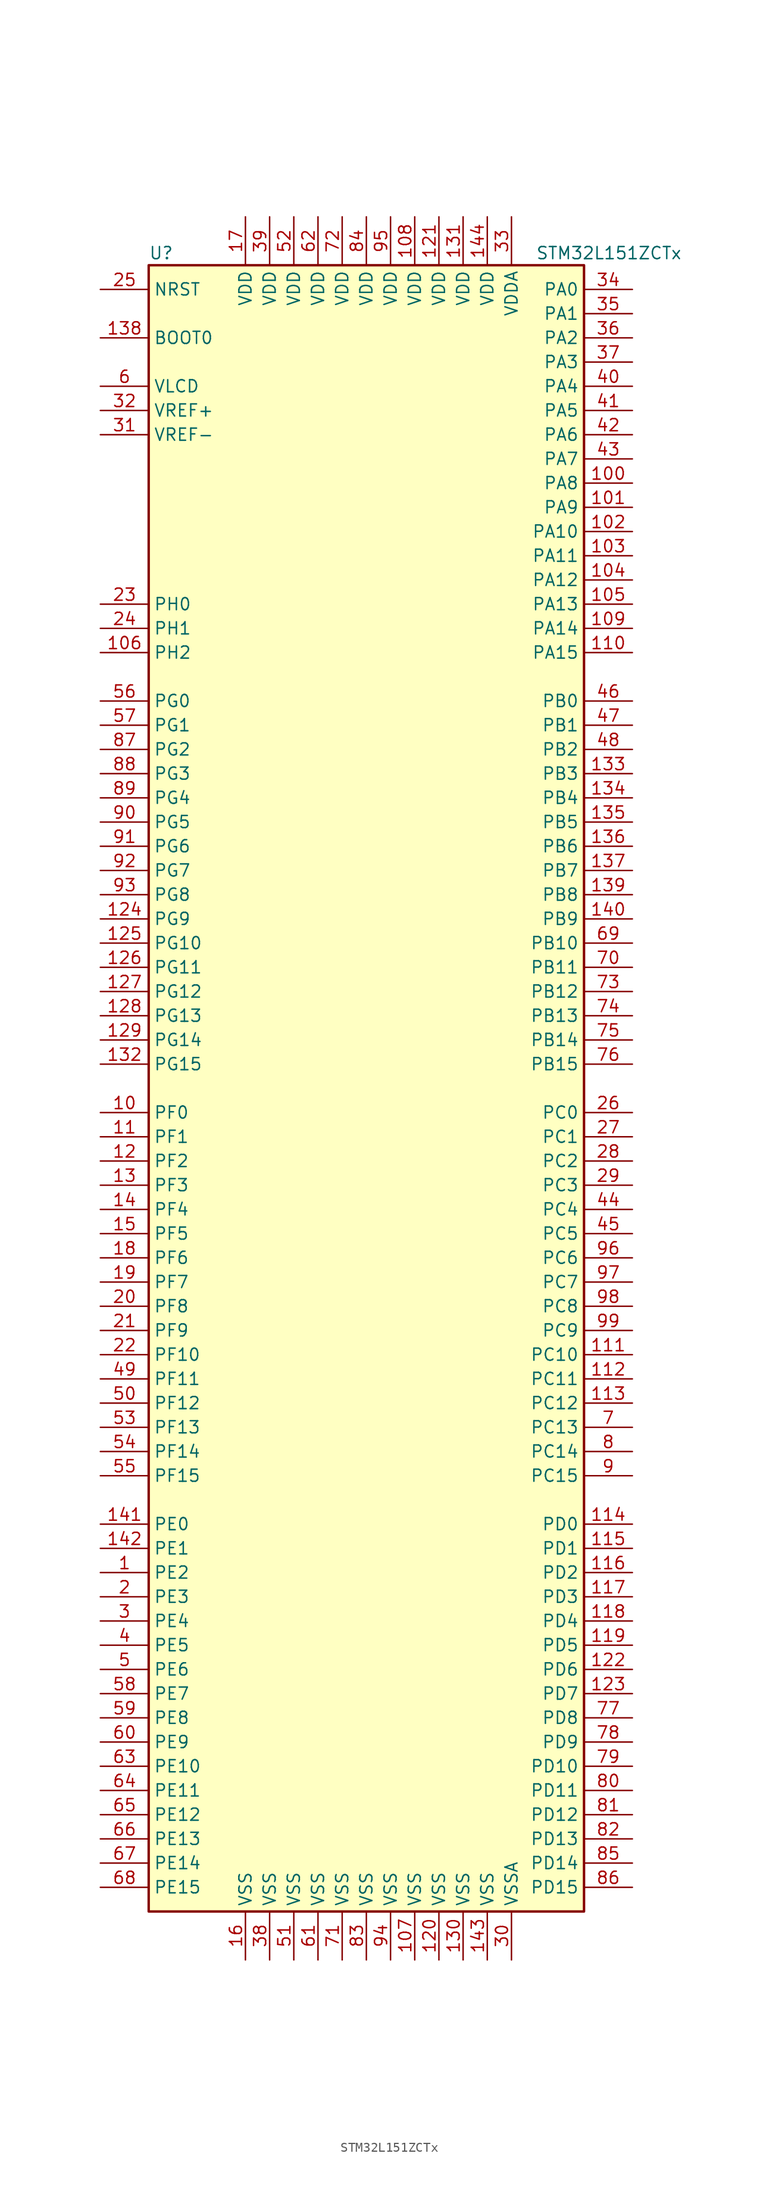
<source format=kicad_sym>
(kicad_symbol_lib
  (version 20211014)
  (generator kicad_symbol_editor)
  (symbol "STM32L151ZCTx"
    (property "Reference" "U"
      (at -22.86 87.63 0)
      (effects (font (size 1.27 1.27)) (justify left)))
    (property "Value" "STM32L151ZCTx"
      (at 17.78 87.63 0)
      (effects (font (size 1.27 1.27)) (justify left)))
    (symbol "STM32L151ZCTx_0_1"
      (rectangle (start -22.86 -86.36) (end 22.86 86.36) (stroke (width 0.254) (type default) (color 0 0 0 0)) (fill (type background))))
    (symbol "STM32L151ZCTx_1_1"
      (pin bidirectional line (at -27.94 -50.8 0) (length 5.08) (name "PE2" (effects (font (size 1.27 1.27)))) (number "1" (effects (font (size 1.27 1.27)))))
      (pin bidirectional line (at -27.94 -2.54 0) (length 5.08) (name "PF0" (effects (font (size 1.27 1.27)))) (number "10" (effects (font (size 1.27 1.27)))))
      (pin bidirectional line (at 27.94 63.5 180) (length 5.08) (name "PA8" (effects (font (size 1.27 1.27)))) (number "100" (effects (font (size 1.27 1.27)))))
      (pin bidirectional line (at 27.94 60.96 180) (length 5.08) (name "PA9" (effects (font (size 1.27 1.27)))) (number "101" (effects (font (size 1.27 1.27)))))
      (pin bidirectional line (at 27.94 58.42 180) (length 5.08) (name "PA10" (effects (font (size 1.27 1.27)))) (number "102" (effects (font (size 1.27 1.27)))))
      (pin bidirectional line (at 27.94 55.88 180) (length 5.08) (name "PA11" (effects (font (size 1.27 1.27)))) (number "103" (effects (font (size 1.27 1.27)))))
      (pin bidirectional line (at 27.94 53.34 180) (length 5.08) (name "PA12" (effects (font (size 1.27 1.27)))) (number "104" (effects (font (size 1.27 1.27)))))
      (pin bidirectional line (at 27.94 50.8 180) (length 5.08) (name "PA13" (effects (font (size 1.27 1.27)))) (number "105" (effects (font (size 1.27 1.27)))))
      (pin bidirectional line (at -27.94 45.72 0) (length 5.08) (name "PH2" (effects (font (size 1.27 1.27)))) (number "106" (effects (font (size 1.27 1.27)))))
      (pin power_in line (at 5.08 -91.44 90) (length 5.08) (name "VSS" (effects (font (size 1.27 1.27)))) (number "107" (effects (font (size 1.27 1.27)))))
      (pin power_in line (at 5.08 91.44 270) (length 5.08) (name "VDD" (effects (font (size 1.27 1.27)))) (number "108" (effects (font (size 1.27 1.27)))))
      (pin bidirectional line (at 27.94 48.26 180) (length 5.08) (name "PA14" (effects (font (size 1.27 1.27)))) (number "109" (effects (font (size 1.27 1.27)))))
      (pin bidirectional line (at -27.94 -5.08 0) (length 5.08) (name "PF1" (effects (font (size 1.27 1.27)))) (number "11" (effects (font (size 1.27 1.27)))))
      (pin bidirectional line (at 27.94 45.72 180) (length 5.08) (name "PA15" (effects (font (size 1.27 1.27)))) (number "110" (effects (font (size 1.27 1.27)))))
      (pin bidirectional line (at 27.94 -27.94 180) (length 5.08) (name "PC10" (effects (font (size 1.27 1.27)))) (number "111" (effects (font (size 1.27 1.27)))))
      (pin bidirectional line (at 27.94 -30.48 180) (length 5.08) (name "PC11" (effects (font (size 1.27 1.27)))) (number "112" (effects (font (size 1.27 1.27)))))
      (pin bidirectional line (at 27.94 -33.02 180) (length 5.08) (name "PC12" (effects (font (size 1.27 1.27)))) (number "113" (effects (font (size 1.27 1.27)))))
      (pin bidirectional line (at 27.94 -45.72 180) (length 5.08) (name "PD0" (effects (font (size 1.27 1.27)))) (number "114" (effects (font (size 1.27 1.27)))))
      (pin bidirectional line (at 27.94 -48.26 180) (length 5.08) (name "PD1" (effects (font (size 1.27 1.27)))) (number "115" (effects (font (size 1.27 1.27)))))
      (pin bidirectional line (at 27.94 -50.8 180) (length 5.08) (name "PD2" (effects (font (size 1.27 1.27)))) (number "116" (effects (font (size 1.27 1.27)))))
      (pin bidirectional line (at 27.94 -53.34 180) (length 5.08) (name "PD3" (effects (font (size 1.27 1.27)))) (number "117" (effects (font (size 1.27 1.27)))))
      (pin bidirectional line (at 27.94 -55.88 180) (length 5.08) (name "PD4" (effects (font (size 1.27 1.27)))) (number "118" (effects (font (size 1.27 1.27)))))
      (pin bidirectional line (at 27.94 -58.42 180) (length 5.08) (name "PD5" (effects (font (size 1.27 1.27)))) (number "119" (effects (font (size 1.27 1.27)))))
      (pin bidirectional line (at -27.94 -7.62 0) (length 5.08) (name "PF2" (effects (font (size 1.27 1.27)))) (number "12" (effects (font (size 1.27 1.27)))))
      (pin power_in line (at 7.62 -91.44 90) (length 5.08) (name "VSS" (effects (font (size 1.27 1.27)))) (number "120" (effects (font (size 1.27 1.27)))))
      (pin power_in line (at 7.62 91.44 270) (length 5.08) (name "VDD" (effects (font (size 1.27 1.27)))) (number "121" (effects (font (size 1.27 1.27)))))
      (pin bidirectional line (at 27.94 -60.96 180) (length 5.08) (name "PD6" (effects (font (size 1.27 1.27)))) (number "122" (effects (font (size 1.27 1.27)))))
      (pin bidirectional line (at 27.94 -63.5 180) (length 5.08) (name "PD7" (effects (font (size 1.27 1.27)))) (number "123" (effects (font (size 1.27 1.27)))))
      (pin bidirectional line (at -27.94 17.78 0) (length 5.08) (name "PG9" (effects (font (size 1.27 1.27)))) (number "124" (effects (font (size 1.27 1.27)))))
      (pin bidirectional line (at -27.94 15.24 0) (length 5.08) (name "PG10" (effects (font (size 1.27 1.27)))) (number "125" (effects (font (size 1.27 1.27)))))
      (pin bidirectional line (at -27.94 12.7 0) (length 5.08) (name "PG11" (effects (font (size 1.27 1.27)))) (number "126" (effects (font (size 1.27 1.27)))))
      (pin bidirectional line (at -27.94 10.16 0) (length 5.08) (name "PG12" (effects (font (size 1.27 1.27)))) (number "127" (effects (font (size 1.27 1.27)))))
      (pin bidirectional line (at -27.94 7.62 0) (length 5.08) (name "PG13" (effects (font (size 1.27 1.27)))) (number "128" (effects (font (size 1.27 1.27)))))
      (pin bidirectional line (at -27.94 5.08 0) (length 5.08) (name "PG14" (effects (font (size 1.27 1.27)))) (number "129" (effects (font (size 1.27 1.27)))))
      (pin bidirectional line (at -27.94 -10.16 0) (length 5.08) (name "PF3" (effects (font (size 1.27 1.27)))) (number "13" (effects (font (size 1.27 1.27)))))
      (pin power_in line (at 10.16 -91.44 90) (length 5.08) (name "VSS" (effects (font (size 1.27 1.27)))) (number "130" (effects (font (size 1.27 1.27)))))
      (pin power_in line (at 10.16 91.44 270) (length 5.08) (name "VDD" (effects (font (size 1.27 1.27)))) (number "131" (effects (font (size 1.27 1.27)))))
      (pin bidirectional line (at -27.94 2.54 0) (length 5.08) (name "PG15" (effects (font (size 1.27 1.27)))) (number "132" (effects (font (size 1.27 1.27)))))
      (pin bidirectional line (at 27.94 33.02 180) (length 5.08) (name "PB3" (effects (font (size 1.27 1.27)))) (number "133" (effects (font (size 1.27 1.27)))))
      (pin bidirectional line (at 27.94 30.48 180) (length 5.08) (name "PB4" (effects (font (size 1.27 1.27)))) (number "134" (effects (font (size 1.27 1.27)))))
      (pin bidirectional line (at 27.94 27.94 180) (length 5.08) (name "PB5" (effects (font (size 1.27 1.27)))) (number "135" (effects (font (size 1.27 1.27)))))
      (pin bidirectional line (at 27.94 25.4 180) (length 5.08) (name "PB6" (effects (font (size 1.27 1.27)))) (number "136" (effects (font (size 1.27 1.27)))))
      (pin bidirectional line (at 27.94 22.86 180) (length 5.08) (name "PB7" (effects (font (size 1.27 1.27)))) (number "137" (effects (font (size 1.27 1.27)))))
      (pin input line (at -27.94 78.74 0) (length 5.08) (name "BOOT0" (effects (font (size 1.27 1.27)))) (number "138" (effects (font (size 1.27 1.27)))))
      (pin bidirectional line (at 27.94 20.32 180) (length 5.08) (name "PB8" (effects (font (size 1.27 1.27)))) (number "139" (effects (font (size 1.27 1.27)))))
      (pin bidirectional line (at -27.94 -12.7 0) (length 5.08) (name "PF4" (effects (font (size 1.27 1.27)))) (number "14" (effects (font (size 1.27 1.27)))))
      (pin bidirectional line (at 27.94 17.78 180) (length 5.08) (name "PB9" (effects (font (size 1.27 1.27)))) (number "140" (effects (font (size 1.27 1.27)))))
      (pin bidirectional line (at -27.94 -45.72 0) (length 5.08) (name "PE0" (effects (font (size 1.27 1.27)))) (number "141" (effects (font (size 1.27 1.27)))))
      (pin bidirectional line (at -27.94 -48.26 0) (length 5.08) (name "PE1" (effects (font (size 1.27 1.27)))) (number "142" (effects (font (size 1.27 1.27)))))
      (pin power_in line (at 12.7 -91.44 90) (length 5.08) (name "VSS" (effects (font (size 1.27 1.27)))) (number "143" (effects (font (size 1.27 1.27)))))
      (pin power_in line (at 12.7 91.44 270) (length 5.08) (name "VDD" (effects (font (size 1.27 1.27)))) (number "144" (effects (font (size 1.27 1.27)))))
      (pin bidirectional line (at -27.94 -15.24 0) (length 5.08) (name "PF5" (effects (font (size 1.27 1.27)))) (number "15" (effects (font (size 1.27 1.27)))))
      (pin power_in line (at -12.7 -91.44 90) (length 5.08) (name "VSS" (effects (font (size 1.27 1.27)))) (number "16" (effects (font (size 1.27 1.27)))))
      (pin power_in line (at -12.7 91.44 270) (length 5.08) (name "VDD" (effects (font (size 1.27 1.27)))) (number "17" (effects (font (size 1.27 1.27)))))
      (pin bidirectional line (at -27.94 -17.78 0) (length 5.08) (name "PF6" (effects (font (size 1.27 1.27)))) (number "18" (effects (font (size 1.27 1.27)))))
      (pin bidirectional line (at -27.94 -20.32 0) (length 5.08) (name "PF7" (effects (font (size 1.27 1.27)))) (number "19" (effects (font (size 1.27 1.27)))))
      (pin bidirectional line (at -27.94 -53.34 0) (length 5.08) (name "PE3" (effects (font (size 1.27 1.27)))) (number "2" (effects (font (size 1.27 1.27)))))
      (pin bidirectional line (at -27.94 -22.86 0) (length 5.08) (name "PF8" (effects (font (size 1.27 1.27)))) (number "20" (effects (font (size 1.27 1.27)))))
      (pin bidirectional line (at -27.94 -25.4 0) (length 5.08) (name "PF9" (effects (font (size 1.27 1.27)))) (number "21" (effects (font (size 1.27 1.27)))))
      (pin bidirectional line (at -27.94 -27.94 0) (length 5.08) (name "PF10" (effects (font (size 1.27 1.27)))) (number "22" (effects (font (size 1.27 1.27)))))
      (pin input line (at -27.94 50.8 0) (length 5.08) (name "PH0" (effects (font (size 1.27 1.27)))) (number "23" (effects (font (size 1.27 1.27)))))
      (pin input line (at -27.94 48.26 0) (length 5.08) (name "PH1" (effects (font (size 1.27 1.27)))) (number "24" (effects (font (size 1.27 1.27)))))
      (pin input line (at -27.94 83.82 0) (length 5.08) (name "NRST" (effects (font (size 1.27 1.27)))) (number "25" (effects (font (size 1.27 1.27)))))
      (pin bidirectional line (at 27.94 -2.54 180) (length 5.08) (name "PC0" (effects (font (size 1.27 1.27)))) (number "26" (effects (font (size 1.27 1.27)))))
      (pin bidirectional line (at 27.94 -5.08 180) (length 5.08) (name "PC1" (effects (font (size 1.27 1.27)))) (number "27" (effects (font (size 1.27 1.27)))))
      (pin bidirectional line (at 27.94 -7.62 180) (length 5.08) (name "PC2" (effects (font (size 1.27 1.27)))) (number "28" (effects (font (size 1.27 1.27)))))
      (pin bidirectional line (at 27.94 -10.16 180) (length 5.08) (name "PC3" (effects (font (size 1.27 1.27)))) (number "29" (effects (font (size 1.27 1.27)))))
      (pin bidirectional line (at -27.94 -55.88 0) (length 5.08) (name "PE4" (effects (font (size 1.27 1.27)))) (number "3" (effects (font (size 1.27 1.27)))))
      (pin power_in line (at 15.24 -91.44 90) (length 5.08) (name "VSSA" (effects (font (size 1.27 1.27)))) (number "30" (effects (font (size 1.27 1.27)))))
      (pin power_in line (at -27.94 68.58 0) (length 5.08) (name "VREF-" (effects (font (size 1.27 1.27)))) (number "31" (effects (font (size 1.27 1.27)))))
      (pin power_in line (at -27.94 71.12 0) (length 5.08) (name "VREF+" (effects (font (size 1.27 1.27)))) (number "32" (effects (font (size 1.27 1.27)))))
      (pin power_in line (at 15.24 91.44 270) (length 5.08) (name "VDDA" (effects (font (size 1.27 1.27)))) (number "33" (effects (font (size 1.27 1.27)))))
      (pin bidirectional line (at 27.94 83.82 180) (length 5.08) (name "PA0" (effects (font (size 1.27 1.27)))) (number "34" (effects (font (size 1.27 1.27)))))
      (pin bidirectional line (at 27.94 81.28 180) (length 5.08) (name "PA1" (effects (font (size 1.27 1.27)))) (number "35" (effects (font (size 1.27 1.27)))))
      (pin bidirectional line (at 27.94 78.74 180) (length 5.08) (name "PA2" (effects (font (size 1.27 1.27)))) (number "36" (effects (font (size 1.27 1.27)))))
      (pin bidirectional line (at 27.94 76.2 180) (length 5.08) (name "PA3" (effects (font (size 1.27 1.27)))) (number "37" (effects (font (size 1.27 1.27)))))
      (pin power_in line (at -10.16 -91.44 90) (length 5.08) (name "VSS" (effects (font (size 1.27 1.27)))) (number "38" (effects (font (size 1.27 1.27)))))
      (pin power_in line (at -10.16 91.44 270) (length 5.08) (name "VDD" (effects (font (size 1.27 1.27)))) (number "39" (effects (font (size 1.27 1.27)))))
      (pin bidirectional line (at -27.94 -58.42 0) (length 5.08) (name "PE5" (effects (font (size 1.27 1.27)))) (number "4" (effects (font (size 1.27 1.27)))))
      (pin bidirectional line (at 27.94 73.66 180) (length 5.08) (name "PA4" (effects (font (size 1.27 1.27)))) (number "40" (effects (font (size 1.27 1.27)))))
      (pin bidirectional line (at 27.94 71.12 180) (length 5.08) (name "PA5" (effects (font (size 1.27 1.27)))) (number "41" (effects (font (size 1.27 1.27)))))
      (pin bidirectional line (at 27.94 68.58 180) (length 5.08) (name "PA6" (effects (font (size 1.27 1.27)))) (number "42" (effects (font (size 1.27 1.27)))))
      (pin bidirectional line (at 27.94 66.04 180) (length 5.08) (name "PA7" (effects (font (size 1.27 1.27)))) (number "43" (effects (font (size 1.27 1.27)))))
      (pin bidirectional line (at 27.94 -12.7 180) (length 5.08) (name "PC4" (effects (font (size 1.27 1.27)))) (number "44" (effects (font (size 1.27 1.27)))))
      (pin bidirectional line (at 27.94 -15.24 180) (length 5.08) (name "PC5" (effects (font (size 1.27 1.27)))) (number "45" (effects (font (size 1.27 1.27)))))
      (pin bidirectional line (at 27.94 40.64 180) (length 5.08) (name "PB0" (effects (font (size 1.27 1.27)))) (number "46" (effects (font (size 1.27 1.27)))))
      (pin bidirectional line (at 27.94 38.1 180) (length 5.08) (name "PB1" (effects (font (size 1.27 1.27)))) (number "47" (effects (font (size 1.27 1.27)))))
      (pin bidirectional line (at 27.94 35.56 180) (length 5.08) (name "PB2" (effects (font (size 1.27 1.27)))) (number "48" (effects (font (size 1.27 1.27)))))
      (pin bidirectional line (at -27.94 -30.48 0) (length 5.08) (name "PF11" (effects (font (size 1.27 1.27)))) (number "49" (effects (font (size 1.27 1.27)))))
      (pin bidirectional line (at -27.94 -60.96 0) (length 5.08) (name "PE6" (effects (font (size 1.27 1.27)))) (number "5" (effects (font (size 1.27 1.27)))))
      (pin bidirectional line (at -27.94 -33.02 0) (length 5.08) (name "PF12" (effects (font (size 1.27 1.27)))) (number "50" (effects (font (size 1.27 1.27)))))
      (pin power_in line (at -7.62 -91.44 90) (length 5.08) (name "VSS" (effects (font (size 1.27 1.27)))) (number "51" (effects (font (size 1.27 1.27)))))
      (pin power_in line (at -7.62 91.44 270) (length 5.08) (name "VDD" (effects (font (size 1.27 1.27)))) (number "52" (effects (font (size 1.27 1.27)))))
      (pin bidirectional line (at -27.94 -35.56 0) (length 5.08) (name "PF13" (effects (font (size 1.27 1.27)))) (number "53" (effects (font (size 1.27 1.27)))))
      (pin bidirectional line (at -27.94 -38.1 0) (length 5.08) (name "PF14" (effects (font (size 1.27 1.27)))) (number "54" (effects (font (size 1.27 1.27)))))
      (pin bidirectional line (at -27.94 -40.64 0) (length 5.08) (name "PF15" (effects (font (size 1.27 1.27)))) (number "55" (effects (font (size 1.27 1.27)))))
      (pin bidirectional line (at -27.94 40.64 0) (length 5.08) (name "PG0" (effects (font (size 1.27 1.27)))) (number "56" (effects (font (size 1.27 1.27)))))
      (pin bidirectional line (at -27.94 38.1 0) (length 5.08) (name "PG1" (effects (font (size 1.27 1.27)))) (number "57" (effects (font (size 1.27 1.27)))))
      (pin bidirectional line (at -27.94 -63.5 0) (length 5.08) (name "PE7" (effects (font (size 1.27 1.27)))) (number "58" (effects (font (size 1.27 1.27)))))
      (pin bidirectional line (at -27.94 -66.04 0) (length 5.08) (name "PE8" (effects (font (size 1.27 1.27)))) (number "59" (effects (font (size 1.27 1.27)))))
      (pin power_in line (at -27.94 73.66 0) (length 5.08) (name "VLCD" (effects (font (size 1.27 1.27)))) (number "6" (effects (font (size 1.27 1.27)))))
      (pin bidirectional line (at -27.94 -68.58 0) (length 5.08) (name "PE9" (effects (font (size 1.27 1.27)))) (number "60" (effects (font (size 1.27 1.27)))))
      (pin power_in line (at -5.08 -91.44 90) (length 5.08) (name "VSS" (effects (font (size 1.27 1.27)))) (number "61" (effects (font (size 1.27 1.27)))))
      (pin power_in line (at -5.08 91.44 270) (length 5.08) (name "VDD" (effects (font (size 1.27 1.27)))) (number "62" (effects (font (size 1.27 1.27)))))
      (pin bidirectional line (at -27.94 -71.12 0) (length 5.08) (name "PE10" (effects (font (size 1.27 1.27)))) (number "63" (effects (font (size 1.27 1.27)))))
      (pin bidirectional line (at -27.94 -73.66 0) (length 5.08) (name "PE11" (effects (font (size 1.27 1.27)))) (number "64" (effects (font (size 1.27 1.27)))))
      (pin bidirectional line (at -27.94 -76.2 0) (length 5.08) (name "PE12" (effects (font (size 1.27 1.27)))) (number "65" (effects (font (size 1.27 1.27)))))
      (pin bidirectional line (at -27.94 -78.74 0) (length 5.08) (name "PE13" (effects (font (size 1.27 1.27)))) (number "66" (effects (font (size 1.27 1.27)))))
      (pin bidirectional line (at -27.94 -81.28 0) (length 5.08) (name "PE14" (effects (font (size 1.27 1.27)))) (number "67" (effects (font (size 1.27 1.27)))))
      (pin bidirectional line (at -27.94 -83.82 0) (length 5.08) (name "PE15" (effects (font (size 1.27 1.27)))) (number "68" (effects (font (size 1.27 1.27)))))
      (pin bidirectional line (at 27.94 15.24 180) (length 5.08) (name "PB10" (effects (font (size 1.27 1.27)))) (number "69" (effects (font (size 1.27 1.27)))))
      (pin bidirectional line (at 27.94 -35.56 180) (length 5.08) (name "PC13" (effects (font (size 1.27 1.27)))) (number "7" (effects (font (size 1.27 1.27)))))
      (pin bidirectional line (at 27.94 12.7 180) (length 5.08) (name "PB11" (effects (font (size 1.27 1.27)))) (number "70" (effects (font (size 1.27 1.27)))))
      (pin power_in line (at -2.54 -91.44 90) (length 5.08) (name "VSS" (effects (font (size 1.27 1.27)))) (number "71" (effects (font (size 1.27 1.27)))))
      (pin power_in line (at -2.54 91.44 270) (length 5.08) (name "VDD" (effects (font (size 1.27 1.27)))) (number "72" (effects (font (size 1.27 1.27)))))
      (pin bidirectional line (at 27.94 10.16 180) (length 5.08) (name "PB12" (effects (font (size 1.27 1.27)))) (number "73" (effects (font (size 1.27 1.27)))))
      (pin bidirectional line (at 27.94 7.62 180) (length 5.08) (name "PB13" (effects (font (size 1.27 1.27)))) (number "74" (effects (font (size 1.27 1.27)))))
      (pin bidirectional line (at 27.94 5.08 180) (length 5.08) (name "PB14" (effects (font (size 1.27 1.27)))) (number "75" (effects (font (size 1.27 1.27)))))
      (pin bidirectional line (at 27.94 2.54 180) (length 5.08) (name "PB15" (effects (font (size 1.27 1.27)))) (number "76" (effects (font (size 1.27 1.27)))))
      (pin bidirectional line (at 27.94 -66.04 180) (length 5.08) (name "PD8" (effects (font (size 1.27 1.27)))) (number "77" (effects (font (size 1.27 1.27)))))
      (pin bidirectional line (at 27.94 -68.58 180) (length 5.08) (name "PD9" (effects (font (size 1.27 1.27)))) (number "78" (effects (font (size 1.27 1.27)))))
      (pin bidirectional line (at 27.94 -71.12 180) (length 5.08) (name "PD10" (effects (font (size 1.27 1.27)))) (number "79" (effects (font (size 1.27 1.27)))))
      (pin bidirectional line (at 27.94 -38.1 180) (length 5.08) (name "PC14" (effects (font (size 1.27 1.27)))) (number "8" (effects (font (size 1.27 1.27)))))
      (pin bidirectional line (at 27.94 -73.66 180) (length 5.08) (name "PD11" (effects (font (size 1.27 1.27)))) (number "80" (effects (font (size 1.27 1.27)))))
      (pin bidirectional line (at 27.94 -76.2 180) (length 5.08) (name "PD12" (effects (font (size 1.27 1.27)))) (number "81" (effects (font (size 1.27 1.27)))))
      (pin bidirectional line (at 27.94 -78.74 180) (length 5.08) (name "PD13" (effects (font (size 1.27 1.27)))) (number "82" (effects (font (size 1.27 1.27)))))
      (pin power_in line (at 0 -91.44 90) (length 5.08) (name "VSS" (effects (font (size 1.27 1.27)))) (number "83" (effects (font (size 1.27 1.27)))))
      (pin power_in line (at 0 91.44 270) (length 5.08) (name "VDD" (effects (font (size 1.27 1.27)))) (number "84" (effects (font (size 1.27 1.27)))))
      (pin bidirectional line (at 27.94 -81.28 180) (length 5.08) (name "PD14" (effects (font (size 1.27 1.27)))) (number "85" (effects (font (size 1.27 1.27)))))
      (pin bidirectional line (at 27.94 -83.82 180) (length 5.08) (name "PD15" (effects (font (size 1.27 1.27)))) (number "86" (effects (font (size 1.27 1.27)))))
      (pin bidirectional line (at -27.94 35.56 0) (length 5.08) (name "PG2" (effects (font (size 1.27 1.27)))) (number "87" (effects (font (size 1.27 1.27)))))
      (pin bidirectional line (at -27.94 33.02 0) (length 5.08) (name "PG3" (effects (font (size 1.27 1.27)))) (number "88" (effects (font (size 1.27 1.27)))))
      (pin bidirectional line (at -27.94 30.48 0) (length 5.08) (name "PG4" (effects (font (size 1.27 1.27)))) (number "89" (effects (font (size 1.27 1.27)))))
      (pin bidirectional line (at 27.94 -40.64 180) (length 5.08) (name "PC15" (effects (font (size 1.27 1.27)))) (number "9" (effects (font (size 1.27 1.27)))))
      (pin bidirectional line (at -27.94 27.94 0) (length 5.08) (name "PG5" (effects (font (size 1.27 1.27)))) (number "90" (effects (font (size 1.27 1.27)))))
      (pin bidirectional line (at -27.94 25.4 0) (length 5.08) (name "PG6" (effects (font (size 1.27 1.27)))) (number "91" (effects (font (size 1.27 1.27)))))
      (pin bidirectional line (at -27.94 22.86 0) (length 5.08) (name "PG7" (effects (font (size 1.27 1.27)))) (number "92" (effects (font (size 1.27 1.27)))))
      (pin bidirectional line (at -27.94 20.32 0) (length 5.08) (name "PG8" (effects (font (size 1.27 1.27)))) (number "93" (effects (font (size 1.27 1.27)))))
      (pin power_in line (at 2.54 -91.44 90) (length 5.08) (name "VSS" (effects (font (size 1.27 1.27)))) (number "94" (effects (font (size 1.27 1.27)))))
      (pin power_in line (at 2.54 91.44 270) (length 5.08) (name "VDD" (effects (font (size 1.27 1.27)))) (number "95" (effects (font (size 1.27 1.27)))))
      (pin bidirectional line (at 27.94 -17.78 180) (length 5.08) (name "PC6" (effects (font (size 1.27 1.27)))) (number "96" (effects (font (size 1.27 1.27)))))
      (pin bidirectional line (at 27.94 -20.32 180) (length 5.08) (name "PC7" (effects (font (size 1.27 1.27)))) (number "97" (effects (font (size 1.27 1.27)))))
      (pin bidirectional line (at 27.94 -22.86 180) (length 5.08) (name "PC8" (effects (font (size 1.27 1.27)))) (number "98" (effects (font (size 1.27 1.27)))))
      (pin bidirectional line (at 27.94 -25.4 180) (length 5.08) (name "PC9" (effects (font (size 1.27 1.27)))) (number "99" (effects (font (size 1.27 1.27))))))))
</source>
